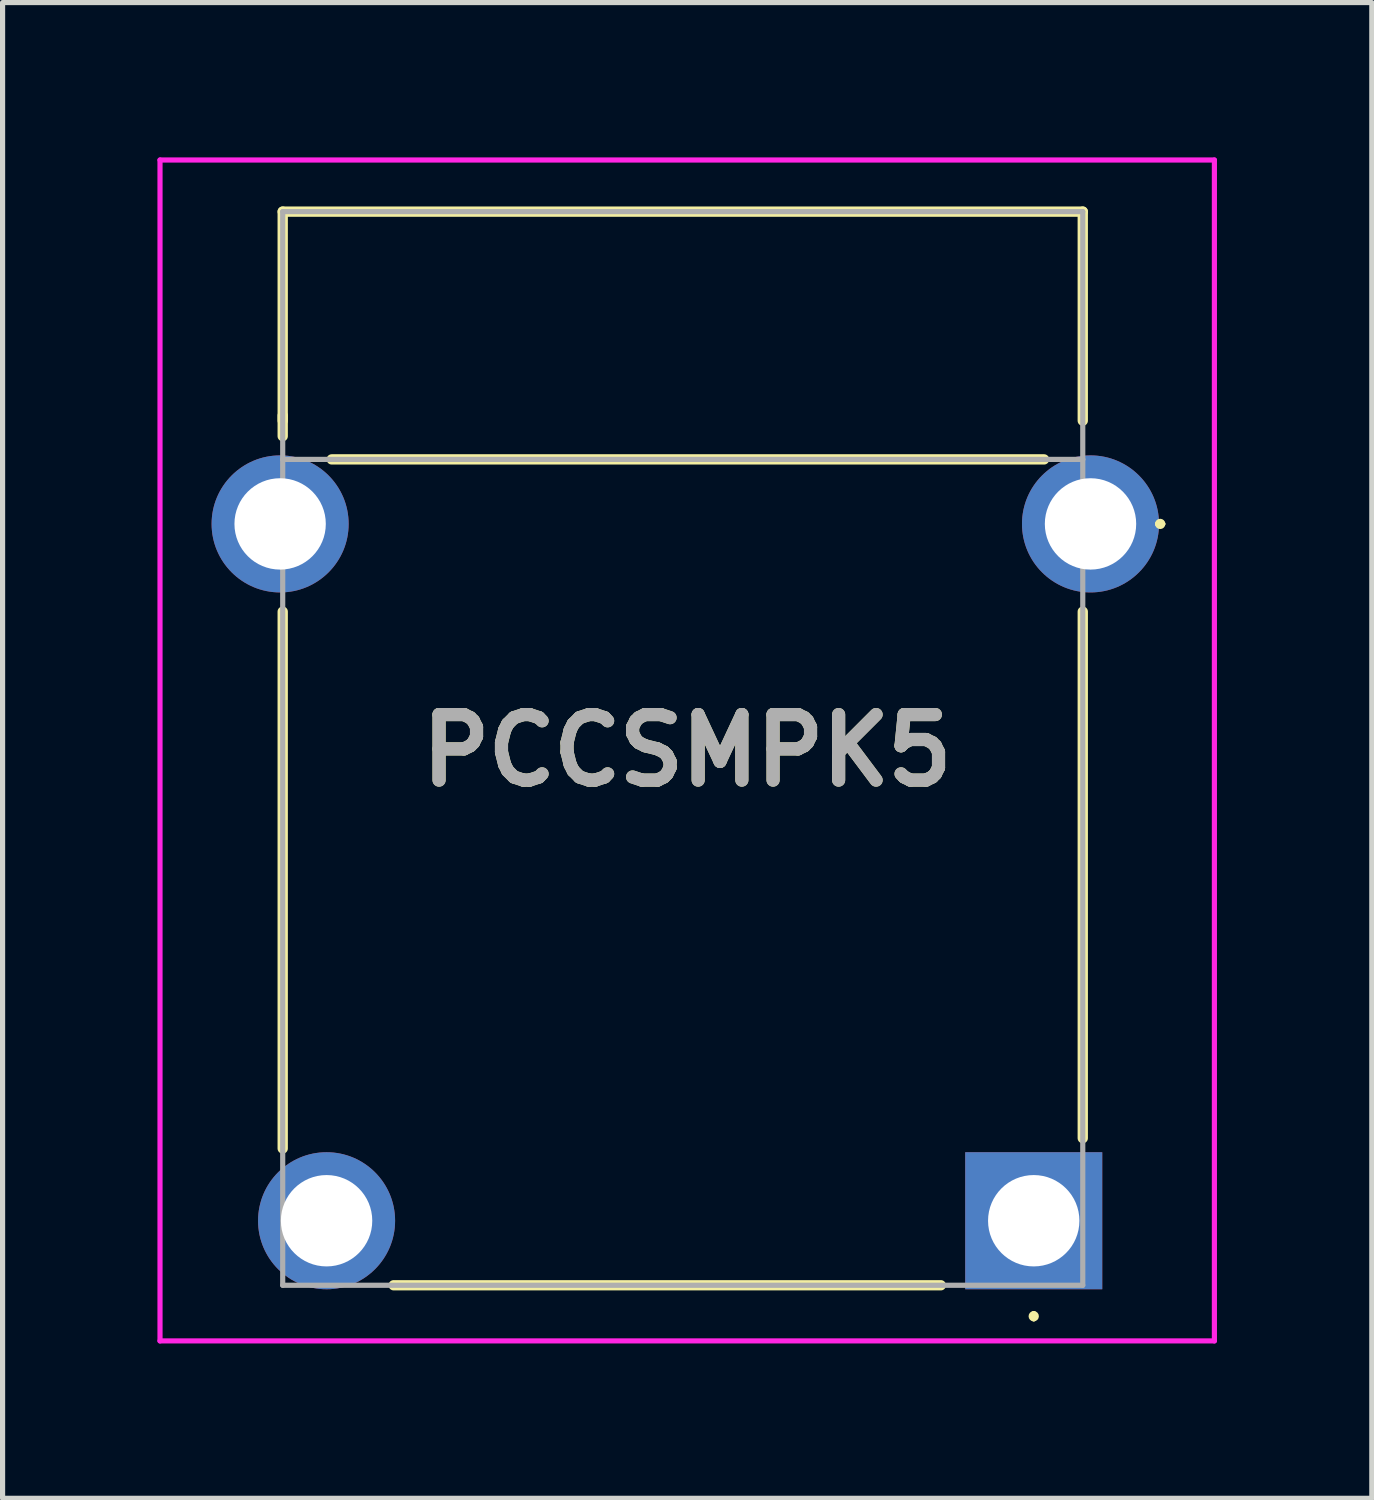
<source format=kicad_pcb>
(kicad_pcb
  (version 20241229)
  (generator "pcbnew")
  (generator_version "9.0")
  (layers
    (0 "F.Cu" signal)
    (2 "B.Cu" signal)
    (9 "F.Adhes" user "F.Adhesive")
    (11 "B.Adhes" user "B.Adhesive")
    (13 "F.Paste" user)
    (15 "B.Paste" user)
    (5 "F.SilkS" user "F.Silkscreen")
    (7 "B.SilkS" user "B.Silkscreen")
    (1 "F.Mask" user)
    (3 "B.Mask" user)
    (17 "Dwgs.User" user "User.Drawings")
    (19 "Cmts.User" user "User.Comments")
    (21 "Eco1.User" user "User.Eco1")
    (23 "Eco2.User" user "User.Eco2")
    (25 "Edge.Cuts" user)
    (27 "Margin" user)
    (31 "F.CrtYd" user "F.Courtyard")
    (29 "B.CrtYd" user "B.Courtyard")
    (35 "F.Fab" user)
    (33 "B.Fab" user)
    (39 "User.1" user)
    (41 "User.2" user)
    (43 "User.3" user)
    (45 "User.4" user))
  (footprint "PCCSMPK5"
    (layer "F.Cu")
    (at 16.977 20.6)
    (property "Reference" "PCCSMPK5" (at -6.713 -9.111 0) (layer "F.SilkS") (effects (font (size 1.27 1.27) (thickness 0.254))))
    (attr through_hole)
    (fp_line (start -14.55 -19.55) (end 0.95 -19.55) (stroke (width 0.2) (type solid)) (layer "F.SilkS"))
    (fp_line (start -14.55 -15.5) (end -14.55 -19.55) (stroke (width 0.2) (type solid)) (layer "F.SilkS"))
    (fp_line (start -14.55 -15.2) (end -14.55 -15.6) (stroke (width 0.2) (type solid)) (layer "F.SilkS"))
    (fp_line (start -14.55 -1.4) (end -14.55 -11.8) (stroke (width 0.2) (type solid)) (layer "F.SilkS"))
    (fp_line (start -13.6 -14.75) (end 0.2 -14.75) (stroke (width 0.2) (type solid)) (layer "F.SilkS"))
    (fp_line (start -1.8 1.25) (end -12.4 1.25) (stroke (width 0.2) (type solid)) (layer "F.SilkS"))
    (fp_line (start 0 1.8) (end 0 1.8) (stroke (width 0.1) (type solid)) (layer "F.SilkS"))
    (fp_line (start 0 1.9) (end 0 1.9) (stroke (width 0.1) (type solid)) (layer "F.SilkS"))
    (fp_line (start 0.95 -19.55) (end 0.95 -15.5) (stroke (width 0.2) (type solid)) (layer "F.SilkS"))
    (fp_line (start 0.95 -11.8) (end 0.95 -1.6) (stroke (width 0.2) (type solid)) (layer "F.SilkS"))
    (fp_line (start 2.4 -13.5) (end 2.4 -13.5) (stroke (width 0.1) (type solid)) (layer "F.SilkS"))
    (fp_line (start 2.5 -13.5) (end 2.5 -13.5) (stroke (width 0.1) (type solid)) (layer "F.SilkS"))
    (fp_arc (start 0 1.8) (mid 0.05 1.85) (end 0 1.9) (stroke (width 0.1) (type solid)) (layer "F.SilkS"))
    (fp_arc (start 0 1.9) (mid -0.05 1.85) (end 0 1.8) (stroke (width 0.1) (type solid)) (layer "F.SilkS"))
    (fp_arc (start 2.4 -13.5) (mid 2.45 -13.55) (end 2.5 -13.5) (stroke (width 0.1) (type solid)) (layer "F.SilkS"))
    (fp_arc (start 2.5 -13.5) (mid 2.45 -13.45) (end 2.4 -13.5) (stroke (width 0.1) (type solid)) (layer "F.SilkS"))
    (fp_line (start -16.927 -20.55) (end 3.5 -20.55) (stroke (width 0.1) (type solid)) (layer "F.CrtYd"))
    (fp_line (start -16.927 2.328) (end -16.927 -20.55) (stroke (width 0.1) (type solid)) (layer "F.CrtYd"))
    (fp_line (start 3.5 -20.55) (end 3.5 2.328) (stroke (width 0.1) (type solid)) (layer "F.CrtYd"))
    (fp_line (start 3.5 2.328) (end -16.927 2.328) (stroke (width 0.1) (type solid)) (layer "F.CrtYd"))
    (fp_line (start -14.55 -19.55) (end 0.95 -19.55) (stroke (width 0.1) (type solid)) (layer "F.Fab"))
    (fp_line (start -14.55 -14.75) (end -14.55 -19.55) (stroke (width 0.1) (type solid)) (layer "F.Fab"))
    (fp_line (start -14.55 -14.75) (end 0.95 -14.75) (stroke (width 0.1) (type solid)) (layer "F.Fab"))
    (fp_line (start -14.55 1.25) (end -14.55 -14.75) (stroke (width 0.1) (type solid)) (layer "F.Fab"))
    (fp_line (start 0.95 -19.55) (end 0.95 -14.75) (stroke (width 0.1) (type solid)) (layer "F.Fab"))
    (fp_line (start 0.95 -14.75) (end 0.95 1.25) (stroke (width 0.1) (type solid)) (layer "F.Fab"))
    (fp_line (start 0.95 1.25) (end -14.55 1.25) (stroke (width 0.1) (type solid)) (layer "F.Fab"))
    (fp_text user "${REFERENCE}" (at -6.713 -9.111 0) (layer "F.Fab") (effects (font (size 1.27 1.27) (thickness 0.254))))
    (pad "1" thru_hole rect (at 0 0) (size 2.655 2.655) (drill 1.77) (layers "*.Cu" "*.Mask"))
    (pad "2" thru_hole circle (at -13.7 0) (size 2.655 2.655) (drill 1.77) (layers "*.Cu" "*.Mask"))
    (pad "MH1" thru_hole circle (at 1.1 -13.5) (size 2.655 2.655) (drill 1.77) (layers "*.Cu" "*.Mask"))
    (pad "MH2" thru_hole circle (at -14.6 -13.5) (size 2.655 2.655) (drill 1.77) (layers "*.Cu" "*.Mask")))
  (gr_rect
    (start -3 -3)
    (end 23.527 25.978)
    (stroke (width 0.1) (type default))
    (fill no)
    (layer "Edge.Cuts")))
</source>
